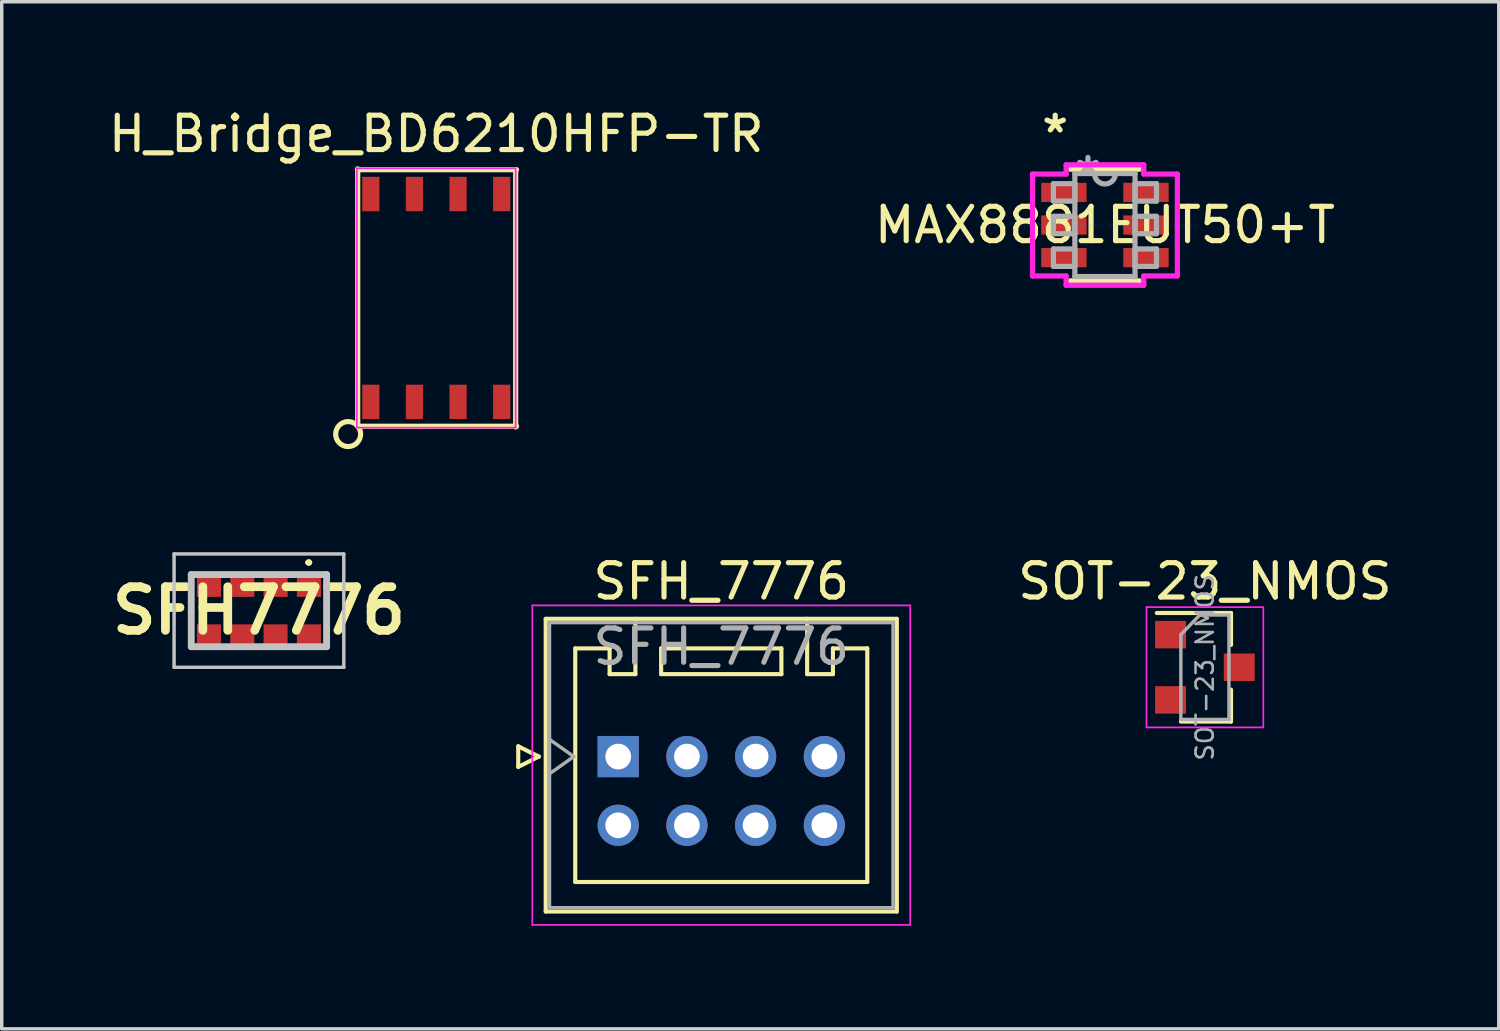
<source format=kicad_pcb>
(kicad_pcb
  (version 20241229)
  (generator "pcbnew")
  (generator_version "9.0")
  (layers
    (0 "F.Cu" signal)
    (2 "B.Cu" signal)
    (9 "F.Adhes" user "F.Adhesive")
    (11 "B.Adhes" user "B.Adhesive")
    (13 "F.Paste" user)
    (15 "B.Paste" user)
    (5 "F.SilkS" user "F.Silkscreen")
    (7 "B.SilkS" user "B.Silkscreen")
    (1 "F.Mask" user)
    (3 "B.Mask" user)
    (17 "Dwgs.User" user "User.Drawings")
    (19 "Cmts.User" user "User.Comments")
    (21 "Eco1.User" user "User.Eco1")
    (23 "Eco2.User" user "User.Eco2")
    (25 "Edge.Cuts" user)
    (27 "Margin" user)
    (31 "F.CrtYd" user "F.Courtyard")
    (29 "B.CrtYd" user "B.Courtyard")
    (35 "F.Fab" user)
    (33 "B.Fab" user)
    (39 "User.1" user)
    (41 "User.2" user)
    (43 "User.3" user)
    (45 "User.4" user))
  (footprint "SFH_7776"
    (layer "F.Cu")
    (at 14.945 18.973)
    (property "Reference" "SFH_7776" (at 3 -5.1 0) (layer "F.SilkS") (effects (font (size 1 1) (thickness 0.15))))
    (attr through_hole)
    (fp_line (start -2.91 -0.3) (end -2.31 0) (stroke (width 0.12) (type solid)) (layer "F.SilkS"))
    (fp_line (start -2.91 0.3) (end -2.91 -0.3) (stroke (width 0.12) (type solid)) (layer "F.SilkS"))
    (fp_line (start -2.31 0) (end -2.91 0.3) (stroke (width 0.12) (type solid)) (layer "F.SilkS"))
    (fp_line (start -2.11 -4.01) (end -2.11 4.51) (stroke (width 0.12) (type solid)) (layer "F.SilkS"))
    (fp_line (start -2.11 4.51) (end 8.11 4.51) (stroke (width 0.12) (type solid)) (layer "F.SilkS"))
    (fp_line (start -1.25 -3.15) (end -1.25 3.65) (stroke (width 0.12) (type solid)) (layer "F.SilkS"))
    (fp_line (start -1.25 3.65) (end 3 3.65) (stroke (width 0.12) (type solid)) (layer "F.SilkS"))
    (fp_line (start -0.25 -3.15) (end -1.25 -3.15) (stroke (width 0.12) (type solid)) (layer "F.SilkS"))
    (fp_line (start -0.25 -2.4) (end -0.25 -3.15) (stroke (width 0.12) (type solid)) (layer "F.SilkS"))
    (fp_line (start 0.5 -4.01) (end 0.5 -2.4) (stroke (width 0.12) (type solid)) (layer "F.SilkS"))
    (fp_line (start 0.5 -2.4) (end -0.25 -2.4) (stroke (width 0.12) (type solid)) (layer "F.SilkS"))
    (fp_line (start 1.25 -3.15) (end 1.25 -2.4) (stroke (width 0.12) (type solid)) (layer "F.SilkS"))
    (fp_line (start 1.25 -2.4) (end 4.75 -2.4) (stroke (width 0.12) (type solid)) (layer "F.SilkS"))
    (fp_line (start 4.75 -3.15) (end 1.25 -3.15) (stroke (width 0.12) (type solid)) (layer "F.SilkS"))
    (fp_line (start 4.75 -2.4) (end 4.75 -3.15) (stroke (width 0.12) (type solid)) (layer "F.SilkS"))
    (fp_line (start 5.5 -4.01) (end 5.5 -2.4) (stroke (width 0.12) (type solid)) (layer "F.SilkS"))
    (fp_line (start 5.5 -2.4) (end 6.25 -2.4) (stroke (width 0.12) (type solid)) (layer "F.SilkS"))
    (fp_line (start 6.25 -3.15) (end 7.25 -3.15) (stroke (width 0.12) (type solid)) (layer "F.SilkS"))
    (fp_line (start 6.25 -2.4) (end 6.25 -3.15) (stroke (width 0.12) (type solid)) (layer "F.SilkS"))
    (fp_line (start 7.25 -3.15) (end 7.25 3.65) (stroke (width 0.12) (type solid)) (layer "F.SilkS"))
    (fp_line (start 7.25 3.65) (end 3 3.65) (stroke (width 0.12) (type solid)) (layer "F.SilkS"))
    (fp_line (start 8.11 -4.01) (end -2.11 -4.01) (stroke (width 0.12) (type solid)) (layer "F.SilkS"))
    (fp_line (start 8.11 4.51) (end 8.11 -4.01) (stroke (width 0.12) (type solid)) (layer "F.SilkS"))
    (fp_line (start -2.5 -4.4) (end -2.5 4.9) (stroke (width 0.05) (type solid)) (layer "F.CrtYd"))
    (fp_line (start -2.5 4.9) (end 8.5 4.9) (stroke (width 0.05) (type solid)) (layer "F.CrtYd"))
    (fp_line (start 8.5 -4.4) (end -2.5 -4.4) (stroke (width 0.05) (type solid)) (layer "F.CrtYd"))
    (fp_line (start 8.5 4.9) (end 8.5 -4.4) (stroke (width 0.05) (type solid)) (layer "F.CrtYd"))
    (fp_line (start -2 -3.9) (end -2 4.4) (stroke (width 0.1) (type solid)) (layer "F.Fab"))
    (fp_line (start -2 0.5) (end -1.293 0) (stroke (width 0.1) (type solid)) (layer "F.Fab"))
    (fp_line (start -2 4.4) (end 8 4.4) (stroke (width 0.1) (type solid)) (layer "F.Fab"))
    (fp_line (start -1.293 0) (end -2 -0.5) (stroke (width 0.1) (type solid)) (layer "F.Fab"))
    (fp_line (start 8 -3.9) (end -2 -3.9) (stroke (width 0.1) (type solid)) (layer "F.Fab"))
    (fp_line (start 8 4.4) (end 8 -3.9) (stroke (width 0.1) (type solid)) (layer "F.Fab"))
    (fp_text user "${REFERENCE}" (at 3 -3.2 0) (layer "F.Fab") (effects (font (size 1 1) (thickness 0.15))))
    (pad "1" thru_hole circle (at 6 0) (size 1.2 1.2) (drill 0.75) (layers "*.Cu" "*.Mask"))
    (pad "2" thru_hole circle (at 4 0) (size 1.2 1.2) (drill 0.75) (layers "*.Cu" "*.Mask"))
    (pad "3" thru_hole circle (at 2 0) (size 1.2 1.2) (drill 0.75) (layers "*.Cu" "*.Mask"))
    (pad "4" thru_hole rect (at 0 0) (size 1.2 1.2) (drill 0.75) (layers "*.Cu" "*.Mask"))
    (pad "5" thru_hole circle (at 0 2) (size 1.2 1.2) (drill 0.75) (layers "*.Cu" "*.Mask"))
    (pad "6" thru_hole circle (at 2 2) (size 1.2 1.2) (drill 0.75) (layers "*.Cu" "*.Mask"))
    (pad "7" thru_hole circle (at 4 2) (size 1.2 1.2) (drill 0.75) (layers "*.Cu" "*.Mask"))
    (pad "8" thru_hole circle (at 6 2) (size 1.2 1.2) (drill 0.75) (layers "*.Cu" "*.Mask")))
  (footprint "H_Bridge_BD6210HFP-TR"
    (layer "F.Cu")
    (at 9.649 5.623)
    (property "Reference" "H_Bridge_BD6210HFP-TR" (at 0 -4.775 0) (layer "F.SilkS") (effects (font (size 1 1) (thickness 0.15))))
    (attr smd)
    (fp_line (start -2.286 -3.759) (end -2.286 3.734) (stroke (width 0.15) (type solid)) (layer "F.SilkS"))
    (fp_line (start -2.286 3.734) (end 2.337 3.734) (stroke (width 0.15) (type solid)) (layer "F.SilkS"))
    (fp_line (start 2.311 3.759) (end 2.311 -3.734) (stroke (width 0.15) (type solid)) (layer "F.SilkS"))
    (fp_line (start 2.337 -3.734) (end -2.286 -3.734) (stroke (width 0.15) (type solid)) (layer "F.SilkS"))
    (fp_circle (center -2.565 3.962) (end -2.642 3.607) (stroke (width 0.15) (type solid)) (fill no) (layer "F.SilkS"))
    (fp_line (start -2.311 3.775) (end -2.311 -3.775) (stroke (width 0.05) (type solid)) (layer "F.CrtYd"))
    (fp_line (start -2.3 -3.775) (end 2.3 -3.775) (stroke (width 0.05) (type solid)) (layer "F.CrtYd"))
    (fp_line (start -2.289 3.775) (end 2.311 3.775) (stroke (width 0.05) (type solid)) (layer "F.CrtYd"))
    (fp_line (start 2.311 -3.775) (end 2.311 3.775) (stroke (width 0.05) (type solid)) (layer "F.CrtYd"))
    (pad "1" smd rect (at -1.905 3.025) (size 0.5 1) (layers "F.Cu" "F.Mask" "F.Paste"))
    (pad "2" smd rect (at -0.635 3.025) (size 0.5 1) (layers "F.Cu" "F.Mask" "F.Paste"))
    (pad "3" smd rect (at 0.635 3.025) (size 0.5 1) (layers "F.Cu" "F.Mask" "F.Paste"))
    (pad "4" smd rect (at 1.905 3.025) (size 0.5 1) (layers "F.Cu" "F.Mask" "F.Paste"))
    (pad "5" smd rect (at 1.905 -3.025) (size 0.5 1) (layers "F.Cu" "F.Mask" "F.Paste"))
    (pad "6" smd rect (at 0.635 -3.025) (size 0.5 1) (layers "F.Cu" "F.Mask" "F.Paste"))
    (pad "7" smd rect (at -0.635 -3.025) (size 0.5 1) (layers "F.Cu" "F.Mask" "F.Paste"))
    (pad "8" smd rect (at -1.905 -3.025) (size 0.5 1) (layers "F.Cu" "F.Mask" "F.Paste")))
  (footprint "SFH7776"
    (layer "F.Cu")
    (at 4.487 14.724)
    (property "Reference" "SFH7776" (at 0 0 0) (layer "F.SilkS") (effects (font (size 1.27 1.27) (thickness 0.254))))
    (attr smd)
    (fp_line (start -1.97 -1.05) (end -1.94 1.05) (stroke (width 0.1) (type solid)) (layer "F.SilkS"))
    (fp_line (start 1.4 -1.4) (end 1.4 -1.4) (stroke (width 0.1) (type solid)) (layer "F.SilkS"))
    (fp_line (start 1.5 -1.4) (end 1.5 -1.4) (stroke (width 0.1) (type solid)) (layer "F.SilkS"))
    (fp_line (start 1.97 -1.05) (end 1.97 1.05) (stroke (width 0.1) (type solid)) (layer "F.SilkS"))
    (fp_arc (start 1.4 -1.4) (mid 1.45 -1.45) (end 1.5 -1.4) (stroke (width 0.1) (type solid)) (layer "F.SilkS"))
    (fp_arc (start 1.5 -1.4) (mid 1.45 -1.35) (end 1.4 -1.4) (stroke (width 0.1) (type solid)) (layer "F.SilkS"))
    (fp_line (start -2.47 -1.65) (end 2.47 -1.65) (stroke (width 0.1) (type solid)) (layer "Dwgs.User"))
    (fp_line (start -2.47 1.65) (end -2.47 -1.65) (stroke (width 0.1) (type solid)) (layer "Dwgs.User"))
    (fp_line (start -1.97 -1.05) (end 1.97 -1.05) (stroke (width 0.2) (type solid)) (layer "Dwgs.User"))
    (fp_line (start -1.97 1.05) (end -1.97 -1.05) (stroke (width 0.2) (type solid)) (layer "Dwgs.User"))
    (fp_line (start 1.97 -1.05) (end 1.97 1.05) (stroke (width 0.2) (type solid)) (layer "Dwgs.User"))
    (fp_line (start 1.97 1.05) (end -1.97 1.05) (stroke (width 0.2) (type solid)) (layer "Dwgs.User"))
    (fp_line (start 2.47 -1.65) (end 2.47 1.65) (stroke (width 0.1) (type solid)) (layer "Dwgs.User"))
    (fp_line (start 2.47 1.65) (end -2.47 1.65) (stroke (width 0.1) (type solid)) (layer "Dwgs.User"))
    (pad "1" smd rect (at 1.455 -0.7 90) (size 0.6 0.7) (layers "F.Cu" "F.Mask" "F.Paste"))
    (pad "2" smd rect (at 0.485 -0.7 90) (size 0.6 0.7) (layers "F.Cu" "F.Mask" "F.Paste"))
    (pad "3" smd rect (at -0.485 -0.7 90) (size 0.6 0.7) (layers "F.Cu" "F.Mask" "F.Paste"))
    (pad "4" smd rect (at -1.455 -0.7 90) (size 0.6 0.7) (layers "F.Cu" "F.Mask" "F.Paste"))
    (pad "5" smd rect (at -1.455 0.7 90) (size 0.6 0.7) (layers "F.Cu" "F.Mask" "F.Paste"))
    (pad "6" smd rect (at -0.485 0.7 90) (size 0.6 0.7) (layers "F.Cu" "F.Mask" "F.Paste"))
    (pad "7" smd rect (at 0.485 0.7 90) (size 0.6 0.7) (layers "F.Cu" "F.Mask" "F.Paste"))
    (pad "8" smd rect (at 1.455 0.7 90) (size 0.6 0.7) (layers "F.Cu" "F.Mask" "F.Paste")))
  (footprint "SOT-23_NMOS"
    (layer "F.Cu")
    (at 32.023 16.373)
    (property "Reference" "SOT-23_NMOS" (at 0 -2.5 0) (layer "F.SilkS") (effects (font (size 1 1) (thickness 0.15))))
    (attr smd)
    (fp_line (start 0.76 -1.58) (end -1.4 -1.58) (stroke (width 0.12) (type solid)) (layer "F.SilkS"))
    (fp_line (start 0.76 -1.58) (end 0.76 -0.65) (stroke (width 0.12) (type solid)) (layer "F.SilkS"))
    (fp_line (start 0.76 1.58) (end -0.7 1.58) (stroke (width 0.12) (type solid)) (layer "F.SilkS"))
    (fp_line (start 0.76 1.58) (end 0.76 0.65) (stroke (width 0.12) (type solid)) (layer "F.SilkS"))
    (fp_line (start -1.7 -1.75) (end 1.7 -1.75) (stroke (width 0.05) (type solid)) (layer "F.CrtYd"))
    (fp_line (start -1.7 1.75) (end -1.7 -1.75) (stroke (width 0.05) (type solid)) (layer "F.CrtYd"))
    (fp_line (start 1.7 -1.75) (end 1.7 1.75) (stroke (width 0.05) (type solid)) (layer "F.CrtYd"))
    (fp_line (start 1.7 1.75) (end -1.7 1.75) (stroke (width 0.05) (type solid)) (layer "F.CrtYd"))
    (fp_line (start -0.7 -0.95) (end -0.7 1.5) (stroke (width 0.1) (type solid)) (layer "F.Fab"))
    (fp_line (start -0.7 -0.95) (end -0.15 -1.52) (stroke (width 0.1) (type solid)) (layer "F.Fab"))
    (fp_line (start -0.7 1.52) (end 0.7 1.52) (stroke (width 0.1) (type solid)) (layer "F.Fab"))
    (fp_line (start -0.15 -1.52) (end 0.7 -1.52) (stroke (width 0.1) (type solid)) (layer "F.Fab"))
    (fp_line (start 0.7 -1.52) (end 0.7 1.52) (stroke (width 0.1) (type solid)) (layer "F.Fab"))
    (fp_text user "${REFERENCE}" (at 0 0 90) (layer "F.Fab") (effects (font (size 0.5 0.5) (thickness 0.075))))
    (pad "1" smd rect (at -1 -0.95) (size 0.9 0.8) (layers "F.Cu" "F.Mask" "F.Paste"))
    (pad "2" smd rect (at -1 0.95) (size 0.9 0.8) (layers "F.Cu" "F.Mask" "F.Paste"))
    (pad "3" smd rect (at 1 0) (size 0.9 0.8) (layers "F.Cu" "F.Mask" "F.Paste")))
  (footprint "MAX8881EUT50+T"
    (layer "F.Cu")
    (at 29.113 3.5)
    (property "Reference" "MAX8881EUT50+T" (at 0 0 0) (layer "F.SilkS") (effects (font (size 1 1) (thickness 0.15))))
    (attr through_hole)
    (fp_line (start -1.003 1.626) (end 1.003 1.626) (stroke (width 0.152) (type solid)) (layer "F.SilkS"))
    (fp_line (start 1.003 -1.626) (end -1.003 -1.626) (stroke (width 0.152) (type solid)) (layer "F.SilkS"))
    (fp_line (start -2.108 -1.483) (end -1.13 -1.483) (stroke (width 0.152) (type solid)) (layer "F.CrtYd"))
    (fp_line (start -2.108 1.483) (end -2.108 -1.483) (stroke (width 0.152) (type solid)) (layer "F.CrtYd"))
    (fp_line (start -1.13 -1.753) (end 1.13 -1.753) (stroke (width 0.152) (type solid)) (layer "F.CrtYd"))
    (fp_line (start -1.13 -1.483) (end -1.13 -1.753) (stroke (width 0.152) (type solid)) (layer "F.CrtYd"))
    (fp_line (start -1.13 1.483) (end -2.108 1.483) (stroke (width 0.152) (type solid)) (layer "F.CrtYd"))
    (fp_line (start -1.13 1.753) (end -1.13 1.483) (stroke (width 0.152) (type solid)) (layer "F.CrtYd"))
    (fp_line (start 1.13 -1.753) (end 1.13 -1.483) (stroke (width 0.152) (type solid)) (layer "F.CrtYd"))
    (fp_line (start 1.13 -1.483) (end 2.108 -1.483) (stroke (width 0.152) (type solid)) (layer "F.CrtYd"))
    (fp_line (start 1.13 1.483) (end 1.13 1.753) (stroke (width 0.152) (type solid)) (layer "F.CrtYd"))
    (fp_line (start 1.13 1.753) (end -1.13 1.753) (stroke (width 0.152) (type solid)) (layer "F.CrtYd"))
    (fp_line (start 2.108 -1.483) (end 2.108 1.483) (stroke (width 0.152) (type solid)) (layer "F.CrtYd"))
    (fp_line (start 2.108 1.483) (end 1.13 1.483) (stroke (width 0.152) (type solid)) (layer "F.CrtYd"))
    (fp_line (start -1.499 -1.204) (end -1.499 -0.696) (stroke (width 0.152) (type solid)) (layer "F.Fab"))
    (fp_line (start -1.499 -0.696) (end -0.876 -0.696) (stroke (width 0.152) (type solid)) (layer "F.Fab"))
    (fp_line (start -1.499 -0.254) (end -1.499 0.254) (stroke (width 0.152) (type solid)) (layer "F.Fab"))
    (fp_line (start -1.499 0.254) (end -0.876 0.254) (stroke (width 0.152) (type solid)) (layer "F.Fab"))
    (fp_line (start -1.499 0.696) (end -1.499 1.204) (stroke (width 0.152) (type solid)) (layer "F.Fab"))
    (fp_line (start -1.499 1.204) (end -0.876 1.204) (stroke (width 0.152) (type solid)) (layer "F.Fab"))
    (fp_line (start -0.876 -1.499) (end -0.876 1.499) (stroke (width 0.152) (type solid)) (layer "F.Fab"))
    (fp_line (start -0.876 -1.204) (end -1.499 -1.204) (stroke (width 0.152) (type solid)) (layer "F.Fab"))
    (fp_line (start -0.876 -0.696) (end -0.876 -1.204) (stroke (width 0.152) (type solid)) (layer "F.Fab"))
    (fp_line (start -0.876 -0.254) (end -1.499 -0.254) (stroke (width 0.152) (type solid)) (layer "F.Fab"))
    (fp_line (start -0.876 0.254) (end -0.876 -0.254) (stroke (width 0.152) (type solid)) (layer "F.Fab"))
    (fp_line (start -0.876 0.696) (end -1.499 0.696) (stroke (width 0.152) (type solid)) (layer "F.Fab"))
    (fp_line (start -0.876 1.204) (end -0.876 0.696) (stroke (width 0.152) (type solid)) (layer "F.Fab"))
    (fp_line (start -0.876 1.499) (end 0.876 1.499) (stroke (width 0.152) (type solid)) (layer "F.Fab"))
    (fp_line (start 0.876 -1.499) (end -0.876 -1.499) (stroke (width 0.152) (type solid)) (layer "F.Fab"))
    (fp_line (start 0.876 -1.204) (end 0.876 -0.696) (stroke (width 0.152) (type solid)) (layer "F.Fab"))
    (fp_line (start 0.876 -0.696) (end 1.499 -0.696) (stroke (width 0.152) (type solid)) (layer "F.Fab"))
    (fp_line (start 0.876 -0.254) (end 0.876 0.254) (stroke (width 0.152) (type solid)) (layer "F.Fab"))
    (fp_line (start 0.876 0.254) (end 1.499 0.254) (stroke (width 0.152) (type solid)) (layer "F.Fab"))
    (fp_line (start 0.876 0.696) (end 0.876 1.204) (stroke (width 0.152) (type solid)) (layer "F.Fab"))
    (fp_line (start 0.876 1.204) (end 1.499 1.204) (stroke (width 0.152) (type solid)) (layer "F.Fab"))
    (fp_line (start 0.876 1.499) (end 0.876 -1.499) (stroke (width 0.152) (type solid)) (layer "F.Fab"))
    (fp_line (start 1.499 -1.204) (end 0.876 -1.204) (stroke (width 0.152) (type solid)) (layer "F.Fab"))
    (fp_line (start 1.499 -0.696) (end 1.499 -1.204) (stroke (width 0.152) (type solid)) (layer "F.Fab"))
    (fp_line (start 1.499 -0.254) (end 0.876 -0.254) (stroke (width 0.152) (type solid)) (layer "F.Fab"))
    (fp_line (start 1.499 0.254) (end 1.499 -0.254) (stroke (width 0.152) (type solid)) (layer "F.Fab"))
    (fp_line (start 1.499 0.696) (end 0.876 0.696) (stroke (width 0.152) (type solid)) (layer "F.Fab"))
    (fp_line (start 1.499 1.204) (end 1.499 0.696) (stroke (width 0.152) (type solid)) (layer "F.Fab"))
    (fp_arc (start 0.3048 -1.4986) (mid 0 -1.1938) (end -0.3048 -1.4986) (stroke (width 0.1524) (type solid)) (layer "F.Fab"))
    (fp_text user "*" (at -1.448 -2.652 0) (layer "F.SilkS") (effects (font (size 1 1) (thickness 0.15))))
    (fp_text user "Copyright 2016 Accelerated Designs. All rights reserved." (at 0 0 0) (layer "Cmts.User") (effects (font (size 0.127 0.127) (thickness 0.002))))
    (fp_text user "*" (at -0.495 -1.422 0) (layer "F.Fab") (effects (font (size 1 1) (thickness 0.15))))
    (pad "1" smd rect (at -1.194 -0.95) (size 1.321 0.559) (layers "F.Cu" "F.Mask" "F.Paste"))
    (pad "2" smd rect (at -1.194 0) (size 1.321 0.559) (layers "F.Cu" "F.Mask" "F.Paste"))
    (pad "3" smd rect (at -1.194 0.95) (size 1.321 0.559) (layers "F.Cu" "F.Mask" "F.Paste"))
    (pad "4" smd rect (at 1.194 0.95) (size 1.321 0.559) (layers "F.Cu" "F.Mask" "F.Paste"))
    (pad "5" smd rect (at 1.194 0) (size 1.321 0.559) (layers "F.Cu" "F.Mask" "F.Paste"))
    (pad "6" smd rect (at 1.194 -0.95) (size 1.321 0.559) (layers "F.Cu" "F.Mask" "F.Paste")))
  (gr_rect
    (start -3 -3)
    (end 40.577 26.898)
    (stroke (width 0.1) (type default))
    (fill no)
    (layer "Edge.Cuts")))
</source>
